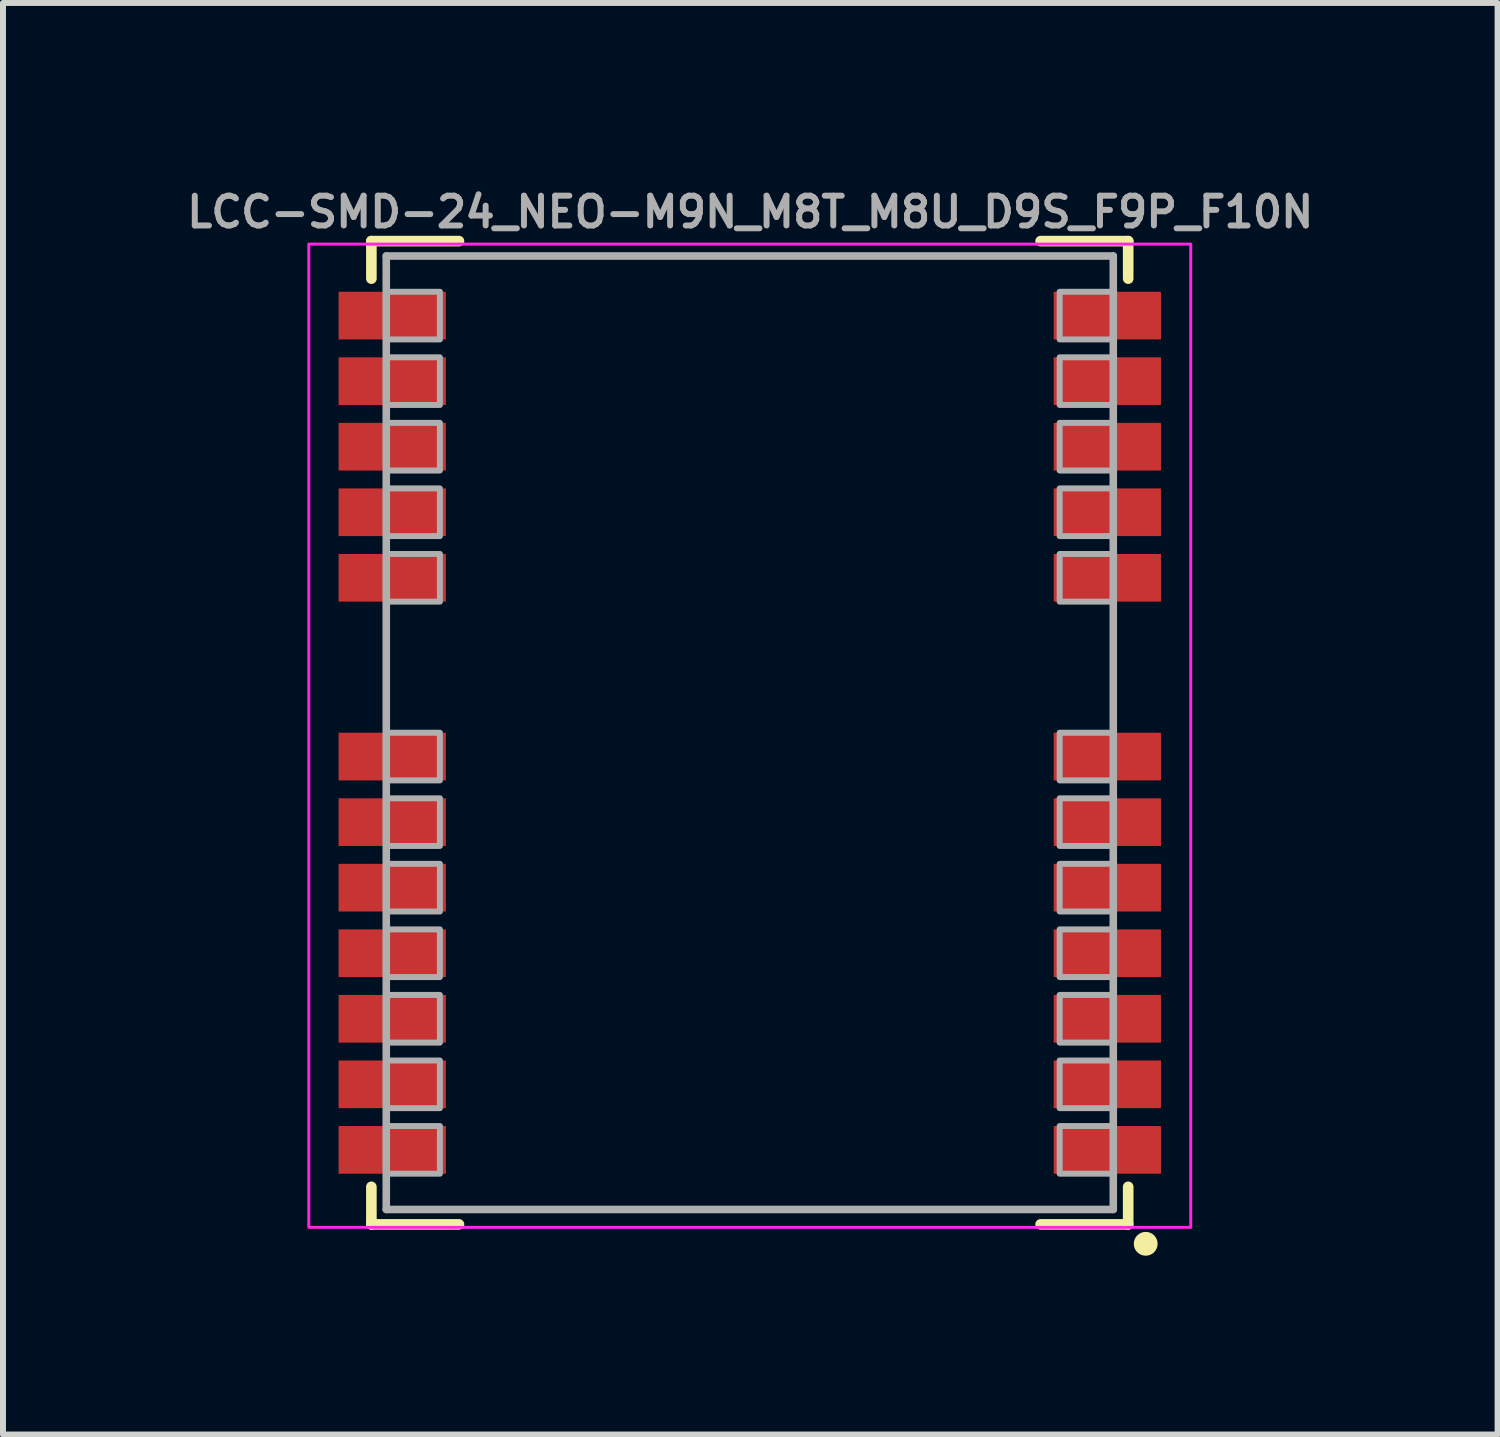
<source format=kicad_pcb>
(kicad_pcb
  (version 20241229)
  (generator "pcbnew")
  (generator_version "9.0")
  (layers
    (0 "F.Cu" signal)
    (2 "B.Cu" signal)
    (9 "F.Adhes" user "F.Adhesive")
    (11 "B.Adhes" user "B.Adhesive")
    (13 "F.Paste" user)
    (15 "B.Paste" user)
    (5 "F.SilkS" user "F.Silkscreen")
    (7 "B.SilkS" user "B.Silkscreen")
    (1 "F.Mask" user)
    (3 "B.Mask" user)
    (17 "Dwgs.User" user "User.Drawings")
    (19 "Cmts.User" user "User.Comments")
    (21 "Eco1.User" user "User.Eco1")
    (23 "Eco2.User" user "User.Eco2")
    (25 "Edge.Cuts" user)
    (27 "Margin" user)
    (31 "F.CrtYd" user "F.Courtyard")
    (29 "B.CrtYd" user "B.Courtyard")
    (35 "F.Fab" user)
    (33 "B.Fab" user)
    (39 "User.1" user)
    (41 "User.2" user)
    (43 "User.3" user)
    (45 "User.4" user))
  (footprint "LCC-SMD-24_NEO-M9N_M8T_M8U_D9S_F9P_F10N"
    (layer "F.Cu")
    (at 9.532 9.246)
    (property "Reference" "LCC-SMD-24_NEO-M9N_M8T_M8U_D9S_F9P_F10N" (at 0.008 -8.446 0) (layer "F.Fab") (effects (font (size 0.5 0.5) (thickness 0.1) (bold yes)) (justify bottom)))
    (attr smd)
    (fp_line (start -6.35 -8.25) (end -4.88 -8.25) (stroke (width 0.178) (type solid)) (layer "F.SilkS"))
    (fp_line (start -6.35 -7.62) (end -6.35 -8.25) (stroke (width 0.178) (type solid)) (layer "F.SilkS"))
    (fp_line (start -6.35 8.25) (end -6.35 7.62) (stroke (width 0.178) (type solid)) (layer "F.SilkS"))
    (fp_line (start -4.88 8.25) (end -6.35 8.25) (stroke (width 0.178) (type solid)) (layer "F.SilkS"))
    (fp_line (start 4.88 -8.25) (end 6.35 -8.25) (stroke (width 0.178) (type solid)) (layer "F.SilkS"))
    (fp_line (start 6.35 -8.25) (end 6.35 -7.62) (stroke (width 0.178) (type solid)) (layer "F.SilkS"))
    (fp_line (start 6.35 7.62) (end 6.35 8.25) (stroke (width 0.178) (type solid)) (layer "F.SilkS"))
    (fp_line (start 6.35 8.25) (end 4.88 8.25) (stroke (width 0.178) (type solid)) (layer "F.SilkS"))
    (fp_circle (center 6.644 8.576) (end 6.644 8.676) (stroke (width 0.2) (type solid)) (fill yes) (layer "F.SilkS"))
    (fp_poly (pts (xy -6.1 -7.4) (xy -7.3 -7.4) (xy -7.3 -6.6) (xy -6.1 -6.6)) (stroke (width 0) (type default)) (fill yes) (layer "F.Paste"))
    (fp_poly (pts (xy -6.1 -6.3) (xy -7.3 -6.3) (xy -7.3 -5.5) (xy -6.1 -5.5)) (stroke (width 0) (type default)) (fill yes) (layer "F.Paste"))
    (fp_poly (pts (xy -6.1 -5.2) (xy -7.3 -5.2) (xy -7.3 -4.4) (xy -6.1 -4.4)) (stroke (width 0) (type default)) (fill yes) (layer "F.Paste"))
    (fp_poly (pts (xy -6.1 -4.1) (xy -7.3 -4.1) (xy -7.3 -3.3) (xy -6.1 -3.3)) (stroke (width 0) (type default)) (fill yes) (layer "F.Paste"))
    (fp_poly (pts (xy -6.1 -3) (xy -7.3 -3) (xy -7.3 -2.2) (xy -6.1 -2.2)) (stroke (width 0) (type default)) (fill yes) (layer "F.Paste"))
    (fp_poly (pts (xy -6.1 0) (xy -7.3 0) (xy -7.3 0.8) (xy -6.1 0.8)) (stroke (width 0) (type default)) (fill yes) (layer "F.Paste"))
    (fp_poly (pts (xy -6.1 1.1) (xy -7.3 1.1) (xy -7.3 1.9) (xy -6.1 1.9)) (stroke (width 0) (type default)) (fill yes) (layer "F.Paste"))
    (fp_poly (pts (xy -6.1 2.2) (xy -7.3 2.2) (xy -7.3 3) (xy -6.1 3)) (stroke (width 0) (type default)) (fill yes) (layer "F.Paste"))
    (fp_poly (pts (xy -6.1 3.3) (xy -7.3 3.3) (xy -7.3 4.1) (xy -6.1 4.1)) (stroke (width 0) (type default)) (fill yes) (layer "F.Paste"))
    (fp_poly (pts (xy -6.1 4.4) (xy -7.3 4.4) (xy -7.3 5.2) (xy -6.1 5.2)) (stroke (width 0) (type default)) (fill yes) (layer "F.Paste"))
    (fp_poly (pts (xy -6.1 5.5) (xy -7.3 5.5) (xy -7.3 6.3) (xy -6.1 6.3)) (stroke (width 0) (type default)) (fill yes) (layer "F.Paste"))
    (fp_poly (pts (xy -6.1 6.6) (xy -7.3 6.6) (xy -7.3 7.4) (xy -6.1 7.4)) (stroke (width 0) (type default)) (fill yes) (layer "F.Paste"))
    (fp_poly (pts (xy -5.2 -7.3) (xy -6.1 -7.3) (xy -6.1 -6.7) (xy -5.2 -6.7)) (stroke (width 0) (type default)) (fill yes) (layer "F.Paste"))
    (fp_poly (pts (xy -5.2 -6.2) (xy -6.1 -6.2) (xy -6.1 -5.6) (xy -5.2 -5.6)) (stroke (width 0) (type default)) (fill yes) (layer "F.Paste"))
    (fp_poly (pts (xy -5.2 -5.1) (xy -6.1 -5.1) (xy -6.1 -4.5) (xy -5.2 -4.5)) (stroke (width 0) (type default)) (fill yes) (layer "F.Paste"))
    (fp_poly (pts (xy -5.2 -4) (xy -6.1 -4) (xy -6.1 -3.4) (xy -5.2 -3.4)) (stroke (width 0) (type default)) (fill yes) (layer "F.Paste"))
    (fp_poly (pts (xy -5.2 -2.9) (xy -6.1 -2.9) (xy -6.1 -2.3) (xy -5.2 -2.3)) (stroke (width 0) (type default)) (fill yes) (layer "F.Paste"))
    (fp_poly (pts (xy -5.2 0.1) (xy -6.1 0.1) (xy -6.1 0.7) (xy -5.2 0.7)) (stroke (width 0) (type default)) (fill yes) (layer "F.Paste"))
    (fp_poly (pts (xy -5.2 1.2) (xy -6.1 1.2) (xy -6.1 1.8) (xy -5.2 1.8)) (stroke (width 0) (type default)) (fill yes) (layer "F.Paste"))
    (fp_poly (pts (xy -5.2 2.3) (xy -6.1 2.3) (xy -6.1 2.9) (xy -5.2 2.9)) (stroke (width 0) (type default)) (fill yes) (layer "F.Paste"))
    (fp_poly (pts (xy -5.2 3.4) (xy -6.1 3.4) (xy -6.1 4) (xy -5.2 4)) (stroke (width 0) (type default)) (fill yes) (layer "F.Paste"))
    (fp_poly (pts (xy -5.2 4.5) (xy -6.1 4.5) (xy -6.1 5.1) (xy -5.2 5.1)) (stroke (width 0) (type default)) (fill yes) (layer "F.Paste"))
    (fp_poly (pts (xy -5.2 5.6) (xy -6.1 5.6) (xy -6.1 6.2) (xy -5.2 6.2)) (stroke (width 0) (type default)) (fill yes) (layer "F.Paste"))
    (fp_poly (pts (xy -5.2 6.7) (xy -6.1 6.7) (xy -6.1 7.3) (xy -5.2 7.3)) (stroke (width 0) (type default)) (fill yes) (layer "F.Paste"))
    (fp_poly (pts (xy 5.2 -6.7) (xy 6.1 -6.7) (xy 6.1 -7.3) (xy 5.2 -7.3)) (stroke (width 0) (type default)) (fill yes) (layer "F.Paste"))
    (fp_poly (pts (xy 5.2 -5.6) (xy 6.1 -5.6) (xy 6.1 -6.2) (xy 5.2 -6.2)) (stroke (width 0) (type default)) (fill yes) (layer "F.Paste"))
    (fp_poly (pts (xy 5.2 -4.5) (xy 6.1 -4.5) (xy 6.1 -5.1) (xy 5.2 -5.1)) (stroke (width 0) (type default)) (fill yes) (layer "F.Paste"))
    (fp_poly (pts (xy 5.2 -3.4) (xy 6.1 -3.4) (xy 6.1 -4) (xy 5.2 -4)) (stroke (width 0) (type default)) (fill yes) (layer "F.Paste"))
    (fp_poly (pts (xy 5.2 -2.3) (xy 6.1 -2.3) (xy 6.1 -2.9) (xy 5.2 -2.9)) (stroke (width 0) (type default)) (fill yes) (layer "F.Paste"))
    (fp_poly (pts (xy 5.2 0.7) (xy 6.1 0.7) (xy 6.1 0.1) (xy 5.2 0.1)) (stroke (width 0) (type default)) (fill yes) (layer "F.Paste"))
    (fp_poly (pts (xy 5.2 1.8) (xy 6.1 1.8) (xy 6.1 1.2) (xy 5.2 1.2)) (stroke (width 0) (type default)) (fill yes) (layer "F.Paste"))
    (fp_poly (pts (xy 5.2 2.9) (xy 6.1 2.9) (xy 6.1 2.3) (xy 5.2 2.3)) (stroke (width 0) (type default)) (fill yes) (layer "F.Paste"))
    (fp_poly (pts (xy 5.2 4) (xy 6.1 4) (xy 6.1 3.4) (xy 5.2 3.4)) (stroke (width 0) (type default)) (fill yes) (layer "F.Paste"))
    (fp_poly (pts (xy 5.2 5.1) (xy 6.1 5.1) (xy 6.1 4.5) (xy 5.2 4.5)) (stroke (width 0) (type default)) (fill yes) (layer "F.Paste"))
    (fp_poly (pts (xy 5.2 6.2) (xy 6.1 6.2) (xy 6.1 5.6) (xy 5.2 5.6)) (stroke (width 0) (type default)) (fill yes) (layer "F.Paste"))
    (fp_poly (pts (xy 5.2 7.3) (xy 6.1 7.3) (xy 6.1 6.7) (xy 5.2 6.7)) (stroke (width 0) (type default)) (fill yes) (layer "F.Paste"))
    (fp_poly (pts (xy 6.1 -6.6) (xy 7.3 -6.6) (xy 7.3 -7.4) (xy 6.1 -7.4)) (stroke (width 0) (type default)) (fill yes) (layer "F.Paste"))
    (fp_poly (pts (xy 6.1 -5.5) (xy 7.3 -5.5) (xy 7.3 -6.3) (xy 6.1 -6.3)) (stroke (width 0) (type default)) (fill yes) (layer "F.Paste"))
    (fp_poly (pts (xy 6.1 -4.4) (xy 7.3 -4.4) (xy 7.3 -5.2) (xy 6.1 -5.2)) (stroke (width 0) (type default)) (fill yes) (layer "F.Paste"))
    (fp_poly (pts (xy 6.1 -3.3) (xy 7.3 -3.3) (xy 7.3 -4.1) (xy 6.1 -4.1)) (stroke (width 0) (type default)) (fill yes) (layer "F.Paste"))
    (fp_poly (pts (xy 6.1 -2.2) (xy 7.3 -2.2) (xy 7.3 -3) (xy 6.1 -3)) (stroke (width 0) (type default)) (fill yes) (layer "F.Paste"))
    (fp_poly (pts (xy 6.1 0.8) (xy 7.3 0.8) (xy 7.3 0) (xy 6.1 0)) (stroke (width 0) (type default)) (fill yes) (layer "F.Paste"))
    (fp_poly (pts (xy 6.1 1.9) (xy 7.3 1.9) (xy 7.3 1.1) (xy 6.1 1.1)) (stroke (width 0) (type default)) (fill yes) (layer "F.Paste"))
    (fp_poly (pts (xy 6.1 3) (xy 7.3 3) (xy 7.3 2.2) (xy 6.1 2.2)) (stroke (width 0) (type default)) (fill yes) (layer "F.Paste"))
    (fp_poly (pts (xy 6.1 4.1) (xy 7.3 4.1) (xy 7.3 3.3) (xy 6.1 3.3)) (stroke (width 0) (type default)) (fill yes) (layer "F.Paste"))
    (fp_poly (pts (xy 6.1 5.2) (xy 7.3 5.2) (xy 7.3 4.4) (xy 6.1 4.4)) (stroke (width 0) (type default)) (fill yes) (layer "F.Paste"))
    (fp_poly (pts (xy 6.1 6.3) (xy 7.3 6.3) (xy 7.3 5.5) (xy 6.1 5.5)) (stroke (width 0) (type default)) (fill yes) (layer "F.Paste"))
    (fp_poly (pts (xy 6.1 7.4) (xy 7.3 7.4) (xy 7.3 6.6) (xy 6.1 6.6)) (stroke (width 0) (type default)) (fill yes) (layer "F.Paste"))
    (fp_rect (start -7.4 -8.2) (end 7.4 8.3) (stroke (width 0.05) (type default)) (fill no) (layer "F.CrtYd"))
    (fp_line (start -6.1 -8) (end 6.1 -8) (stroke (width 0.127) (type solid)) (layer "F.Fab"))
    (fp_line (start -6.1 8) (end -6.1 -8) (stroke (width 0.127) (type solid)) (layer "F.Fab"))
    (fp_line (start 6.1 -8) (end 6.1 8) (stroke (width 0.127) (type solid)) (layer "F.Fab"))
    (fp_line (start 6.1 8) (end -6.1 8) (stroke (width 0.127) (type solid)) (layer "F.Fab"))
    (fp_poly (pts (xy -6.1 -6.6) (xy -5.2 -6.6) (xy -5.2 -7.4) (xy -6.1 -7.4)) (stroke (width 0.1) (type default)) (fill no) (layer "F.Fab"))
    (fp_poly (pts (xy -6.1 -5.5) (xy -5.2 -5.5) (xy -5.2 -6.3) (xy -6.1 -6.3)) (stroke (width 0.1) (type default)) (fill no) (layer "F.Fab"))
    (fp_poly (pts (xy -6.1 -4.4) (xy -5.2 -4.4) (xy -5.2 -5.2) (xy -6.1 -5.2)) (stroke (width 0.1) (type default)) (fill no) (layer "F.Fab"))
    (fp_poly (pts (xy -6.1 -3.3) (xy -5.2 -3.3) (xy -5.2 -4.1) (xy -6.1 -4.1)) (stroke (width 0.1) (type default)) (fill no) (layer "F.Fab"))
    (fp_poly (pts (xy -6.1 -2.2) (xy -5.2 -2.2) (xy -5.2 -3) (xy -6.1 -3)) (stroke (width 0.1) (type default)) (fill no) (layer "F.Fab"))
    (fp_poly (pts (xy -6.1 0.8) (xy -5.2 0.8) (xy -5.2 0) (xy -6.1 0)) (stroke (width 0.1) (type default)) (fill no) (layer "F.Fab"))
    (fp_poly (pts (xy -6.1 1.9) (xy -5.2 1.9) (xy -5.2 1.1) (xy -6.1 1.1)) (stroke (width 0.1) (type default)) (fill no) (layer "F.Fab"))
    (fp_poly (pts (xy -6.1 3) (xy -5.2 3) (xy -5.2 2.2) (xy -6.1 2.2)) (stroke (width 0.1) (type default)) (fill no) (layer "F.Fab"))
    (fp_poly (pts (xy -6.1 4.1) (xy -5.2 4.1) (xy -5.2 3.3) (xy -6.1 3.3)) (stroke (width 0.1) (type default)) (fill no) (layer "F.Fab"))
    (fp_poly (pts (xy -6.1 5.2) (xy -5.2 5.2) (xy -5.2 4.4) (xy -6.1 4.4)) (stroke (width 0.1) (type default)) (fill no) (layer "F.Fab"))
    (fp_poly (pts (xy -6.1 6.3) (xy -5.2 6.3) (xy -5.2 5.5) (xy -6.1 5.5)) (stroke (width 0.1) (type default)) (fill no) (layer "F.Fab"))
    (fp_poly (pts (xy -6.1 7.4) (xy -5.2 7.4) (xy -5.2 6.6) (xy -6.1 6.6)) (stroke (width 0.1) (type default)) (fill no) (layer "F.Fab"))
    (fp_poly (pts (xy 5.2 -6.6) (xy 6.1 -6.6) (xy 6.1 -7.4) (xy 5.2 -7.4)) (stroke (width 0.1) (type default)) (fill no) (layer "F.Fab"))
    (fp_poly (pts (xy 5.2 -5.5) (xy 6.1 -5.5) (xy 6.1 -6.3) (xy 5.2 -6.3)) (stroke (width 0.1) (type default)) (fill no) (layer "F.Fab"))
    (fp_poly (pts (xy 5.2 -4.4) (xy 6.1 -4.4) (xy 6.1 -5.2) (xy 5.2 -5.2)) (stroke (width 0.1) (type default)) (fill no) (layer "F.Fab"))
    (fp_poly (pts (xy 5.2 -3.3) (xy 6.1 -3.3) (xy 6.1 -4.1) (xy 5.2 -4.1)) (stroke (width 0.1) (type default)) (fill no) (layer "F.Fab"))
    (fp_poly (pts (xy 5.2 -2.2) (xy 6.1 -2.2) (xy 6.1 -3) (xy 5.2 -3)) (stroke (width 0.1) (type default)) (fill no) (layer "F.Fab"))
    (fp_poly (pts (xy 5.2 0.8) (xy 6.1 0.8) (xy 6.1 0) (xy 5.2 0)) (stroke (width 0.1) (type default)) (fill no) (layer "F.Fab"))
    (fp_poly (pts (xy 5.2 1.9) (xy 6.1 1.9) (xy 6.1 1.1) (xy 5.2 1.1)) (stroke (width 0.1) (type default)) (fill no) (layer "F.Fab"))
    (fp_poly (pts (xy 5.2 3) (xy 6.1 3) (xy 6.1 2.2) (xy 5.2 2.2)) (stroke (width 0.1) (type default)) (fill no) (layer "F.Fab"))
    (fp_poly (pts (xy 5.2 4.1) (xy 6.1 4.1) (xy 6.1 3.3) (xy 5.2 3.3)) (stroke (width 0.1) (type default)) (fill no) (layer "F.Fab"))
    (fp_poly (pts (xy 5.2 5.2) (xy 6.1 5.2) (xy 6.1 4.4) (xy 5.2 4.4)) (stroke (width 0.1) (type default)) (fill no) (layer "F.Fab"))
    (fp_poly (pts (xy 5.2 6.3) (xy 6.1 6.3) (xy 6.1 5.5) (xy 5.2 5.5)) (stroke (width 0.1) (type default)) (fill no) (layer "F.Fab"))
    (fp_poly (pts (xy 5.2 7.4) (xy 6.1 7.4) (xy 6.1 6.6) (xy 5.2 6.6)) (stroke (width 0.1) (type default)) (fill no) (layer "F.Fab"))
    (pad "1" smd rect (at 6 7 180) (size 1.8 0.8) (layers "F.Cu" "F.Mask"))
    (pad "2" smd rect (at 6 5.9 180) (size 1.8 0.8) (layers "F.Cu" "F.Mask"))
    (pad "3" smd rect (at 6 4.8 180) (size 1.8 0.8) (layers "F.Cu" "F.Mask"))
    (pad "4" smd rect (at 6 3.7 180) (size 1.8 0.8) (layers "F.Cu" "F.Mask"))
    (pad "5" smd rect (at 6 2.6 180) (size 1.8 0.8) (layers "F.Cu" "F.Mask"))
    (pad "6" smd rect (at 6 1.5 180) (size 1.8 0.8) (layers "F.Cu" "F.Mask"))
    (pad "7" smd rect (at 6 0.4 180) (size 1.8 0.8) (layers "F.Cu" "F.Mask"))
    (pad "8" smd rect (at 6 -2.6 180) (size 1.8 0.8) (layers "F.Cu" "F.Mask"))
    (pad "9" smd rect (at 6 -3.7 180) (size 1.8 0.8) (layers "F.Cu" "F.Mask"))
    (pad "10" smd rect (at 6 -4.8 180) (size 1.8 0.8) (layers "F.Cu" "F.Mask"))
    (pad "11" smd rect (at 6 -5.9 180) (size 1.8 0.8) (layers "F.Cu" "F.Mask"))
    (pad "12" smd rect (at 6 -7 180) (size 1.8 0.8) (layers "F.Cu" "F.Mask"))
    (pad "13" smd rect (at -6 -7 180) (size 1.8 0.8) (layers "F.Cu" "F.Mask"))
    (pad "14" smd rect (at -6 -5.9 180) (size 1.8 0.8) (layers "F.Cu" "F.Mask"))
    (pad "15" smd rect (at -6 -4.8 180) (size 1.8 0.8) (layers "F.Cu" "F.Mask"))
    (pad "16" smd rect (at -6 -3.7 180) (size 1.8 0.8) (layers "F.Cu" "F.Mask"))
    (pad "17" smd rect (at -6 -2.6 180) (size 1.8 0.8) (layers "F.Cu" "F.Mask"))
    (pad "18" smd rect (at -6 0.4 180) (size 1.8 0.8) (layers "F.Cu" "F.Mask"))
    (pad "19" smd rect (at -6 1.5 180) (size 1.8 0.8) (layers "F.Cu" "F.Mask"))
    (pad "20" smd rect (at -6 2.6 180) (size 1.8 0.8) (layers "F.Cu" "F.Mask"))
    (pad "21" smd rect (at -6 3.7 180) (size 1.8 0.8) (layers "F.Cu" "F.Mask"))
    (pad "22" smd rect (at -6 4.8 180) (size 1.8 0.8) (layers "F.Cu" "F.Mask"))
    (pad "23" smd rect (at -6 5.9 180) (size 1.8 0.8) (layers "F.Cu" "F.Mask"))
    (pad "24" smd rect (at -6 7 180) (size 1.8 0.8) (layers "F.Cu" "F.Mask")))
  (gr_rect
    (start -3 -3)
    (end 22.081 21.022)
    (stroke (width 0.1) (type default))
    (fill no)
    (layer "Edge.Cuts")))
</source>
